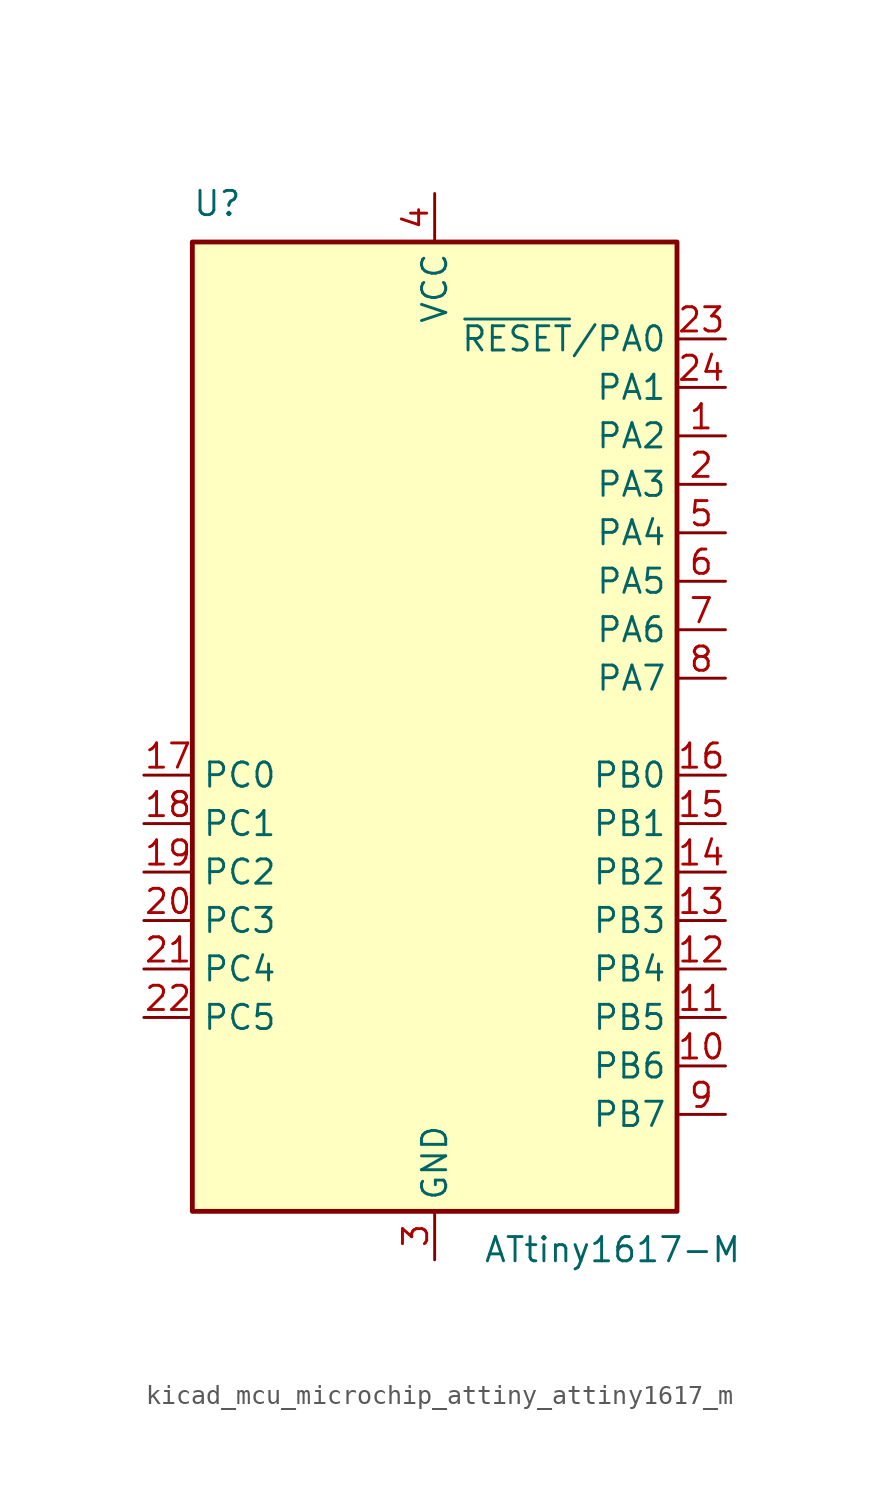
<source format=kicad_sym>
(kicad_symbol_lib
  (version 20220914)
  (generator kicad_symbol_editor)
  (symbol "kicad_mcu_microchip_attiny_attiny1617_m"
    (property "Reference" "U"
      (at -12.7 26.67 0)
      (effects (font (size 1.27 1.27)) (justify left bottom)))
    (property "Value" "ATtiny1617-M"
      (at 2.54 -26.67 0)
      (effects (font (size 1.27 1.27)) (justify left top)))
    (symbol "kicad_mcu_microchip_attiny_attiny1617_m_0_1"
      (rectangle (start -12.7 -25.4) (end 12.7 25.4) (stroke (width 0.254) (type default)) (fill (type background))))
    (symbol "kicad_mcu_microchip_attiny_attiny1617_m_1_1"
      (pin bidirectional line (at 15.24 15.24 180) (length 2.54) (name "PA2" (effects (font (size 1.27 1.27)))) (number "1" (effects (font (size 1.27 1.27)))))
      (pin bidirectional line (at 15.24 -17.78 180) (length 2.54) (name "PB6" (effects (font (size 1.27 1.27)))) (number "10" (effects (font (size 1.27 1.27)))))
      (pin bidirectional line (at 15.24 -15.24 180) (length 2.54) (name "PB5" (effects (font (size 1.27 1.27)))) (number "11" (effects (font (size 1.27 1.27)))))
      (pin bidirectional line (at 15.24 -12.7 180) (length 2.54) (name "PB4" (effects (font (size 1.27 1.27)))) (number "12" (effects (font (size 1.27 1.27)))))
      (pin bidirectional line (at 15.24 -10.16 180) (length 2.54) (name "PB3" (effects (font (size 1.27 1.27)))) (number "13" (effects (font (size 1.27 1.27)))))
      (pin bidirectional line (at 15.24 -7.62 180) (length 2.54) (name "PB2" (effects (font (size 1.27 1.27)))) (number "14" (effects (font (size 1.27 1.27)))))
      (pin bidirectional line (at 15.24 -5.08 180) (length 2.54) (name "PB1" (effects (font (size 1.27 1.27)))) (number "15" (effects (font (size 1.27 1.27)))))
      (pin bidirectional line (at 15.24 -2.54 180) (length 2.54) (name "PB0" (effects (font (size 1.27 1.27)))) (number "16" (effects (font (size 1.27 1.27)))))
      (pin bidirectional line (at -15.24 -2.54 0) (length 2.54) (name "PC0" (effects (font (size 1.27 1.27)))) (number "17" (effects (font (size 1.27 1.27)))))
      (pin bidirectional line (at -15.24 -5.08 0) (length 2.54) (name "PC1" (effects (font (size 1.27 1.27)))) (number "18" (effects (font (size 1.27 1.27)))))
      (pin bidirectional line (at -15.24 -7.62 0) (length 2.54) (name "PC2" (effects (font (size 1.27 1.27)))) (number "19" (effects (font (size 1.27 1.27)))))
      (pin bidirectional line (at 15.24 12.7 180) (length 2.54) (name "PA3" (effects (font (size 1.27 1.27)))) (number "2" (effects (font (size 1.27 1.27)))))
      (pin bidirectional line (at -15.24 -10.16 0) (length 2.54) (name "PC3" (effects (font (size 1.27 1.27)))) (number "20" (effects (font (size 1.27 1.27)))))
      (pin bidirectional line (at -15.24 -12.7 0) (length 2.54) (name "PC4" (effects (font (size 1.27 1.27)))) (number "21" (effects (font (size 1.27 1.27)))))
      (pin bidirectional line (at -15.24 -15.24 0) (length 2.54) (name "PC5" (effects (font (size 1.27 1.27)))) (number "22" (effects (font (size 1.27 1.27)))))
      (pin bidirectional line (at 15.24 20.32 180) (length 2.54) (name "~{RESET}/PA0" (effects (font (size 1.27 1.27)))) (number "23" (effects (font (size 1.27 1.27)))))
      (pin bidirectional line (at 15.24 17.78 180) (length 2.54) (name "PA1" (effects (font (size 1.27 1.27)))) (number "24" (effects (font (size 1.27 1.27)))))
      (pin passive line (at 0 -27.94 90) (length 2.54) hide (name "GND" (effects (font (size 1.27 1.27)))) (number "25" (effects (font (size 1.27 1.27)))))
      (pin power_in line (at 0 -27.94 90) (length 2.54) (name "GND" (effects (font (size 1.27 1.27)))) (number "3" (effects (font (size 1.27 1.27)))))
      (pin power_in line (at 0 27.94 270) (length 2.54) (name "VCC" (effects (font (size 1.27 1.27)))) (number "4" (effects (font (size 1.27 1.27)))))
      (pin bidirectional line (at 15.24 10.16 180) (length 2.54) (name "PA4" (effects (font (size 1.27 1.27)))) (number "5" (effects (font (size 1.27 1.27)))))
      (pin bidirectional line (at 15.24 7.62 180) (length 2.54) (name "PA5" (effects (font (size 1.27 1.27)))) (number "6" (effects (font (size 1.27 1.27)))))
      (pin bidirectional line (at 15.24 5.08 180) (length 2.54) (name "PA6" (effects (font (size 1.27 1.27)))) (number "7" (effects (font (size 1.27 1.27)))))
      (pin bidirectional line (at 15.24 2.54 180) (length 2.54) (name "PA7" (effects (font (size 1.27 1.27)))) (number "8" (effects (font (size 1.27 1.27)))))
      (pin bidirectional line (at 15.24 -20.32 180) (length 2.54) (name "PB7" (effects (font (size 1.27 1.27)))) (number "9" (effects (font (size 1.27 1.27))))))))
</source>
